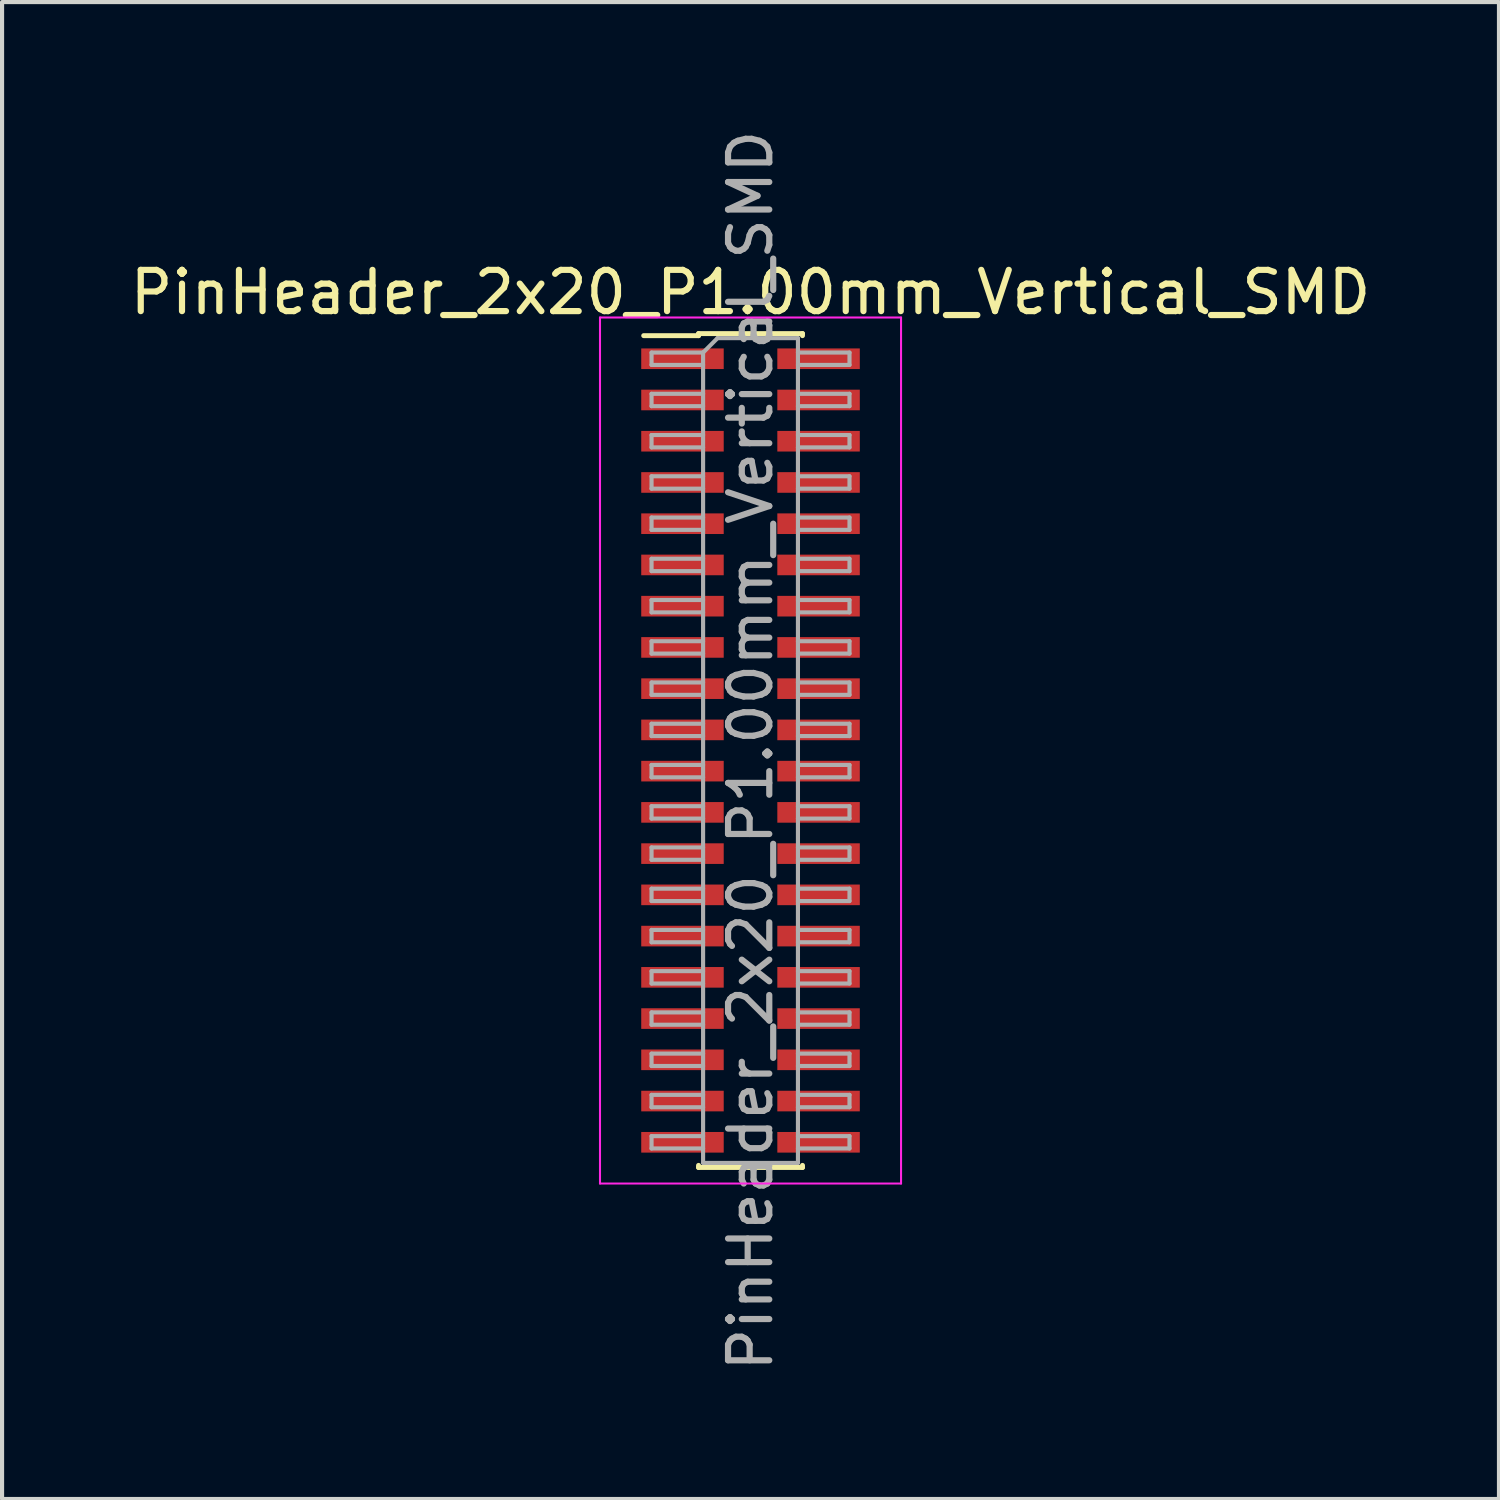
<source format=kicad_pcb>
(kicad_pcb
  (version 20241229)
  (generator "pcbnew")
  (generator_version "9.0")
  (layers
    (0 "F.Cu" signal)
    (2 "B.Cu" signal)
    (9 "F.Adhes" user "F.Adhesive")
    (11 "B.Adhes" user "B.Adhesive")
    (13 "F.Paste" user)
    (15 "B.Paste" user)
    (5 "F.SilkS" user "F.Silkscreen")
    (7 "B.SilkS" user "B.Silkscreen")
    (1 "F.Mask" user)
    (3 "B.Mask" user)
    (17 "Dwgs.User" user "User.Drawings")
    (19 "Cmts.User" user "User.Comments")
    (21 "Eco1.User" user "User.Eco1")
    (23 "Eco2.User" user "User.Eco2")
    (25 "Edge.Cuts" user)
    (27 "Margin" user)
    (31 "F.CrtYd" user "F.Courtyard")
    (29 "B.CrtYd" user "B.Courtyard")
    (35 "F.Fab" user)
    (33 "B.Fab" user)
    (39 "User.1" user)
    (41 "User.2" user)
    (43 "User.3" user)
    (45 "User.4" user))
  (footprint "PinHeader_2x20_P1.00mm_Vertical_SMD"
    (layer "F.Cu")
    (at 15.149 15.149)
    (property "Reference" "PinHeader_2x20_P1.00mm_Vertical_SMD" (at 0 -11.11 0) (layer "F.SilkS") (effects (font (size 1 1) (thickness 0.15))))
    (attr smd)
    (fp_line (start -2.59 -10.06) (end -1.26 -10.06) (stroke (width 0.12) (type solid)) (layer "F.SilkS"))
    (fp_line (start -1.26 -10.11) (end -1.26 -10.06) (stroke (width 0.12) (type solid)) (layer "F.SilkS"))
    (fp_line (start -1.26 -10.11) (end 1.26 -10.11) (stroke (width 0.12) (type solid)) (layer "F.SilkS"))
    (fp_line (start -1.26 10.06) (end -1.26 10.11) (stroke (width 0.12) (type solid)) (layer "F.SilkS"))
    (fp_line (start -1.26 10.11) (end 1.26 10.11) (stroke (width 0.12) (type solid)) (layer "F.SilkS"))
    (fp_line (start 1.26 -10.11) (end 1.26 -10.06) (stroke (width 0.12) (type solid)) (layer "F.SilkS"))
    (fp_line (start 1.26 10.06) (end 1.26 10.11) (stroke (width 0.12) (type solid)) (layer "F.SilkS"))
    (fp_line (start -3.65 -10.5) (end -3.65 10.5) (stroke (width 0.05) (type solid)) (layer "F.CrtYd"))
    (fp_line (start -3.65 10.5) (end 3.65 10.5) (stroke (width 0.05) (type solid)) (layer "F.CrtYd"))
    (fp_line (start 3.65 -10.5) (end -3.65 -10.5) (stroke (width 0.05) (type solid)) (layer "F.CrtYd"))
    (fp_line (start 3.65 10.5) (end 3.65 -10.5) (stroke (width 0.05) (type solid)) (layer "F.CrtYd"))
    (fp_line (start -2.4 -9.65) (end -2.4 -9.35) (stroke (width 0.1) (type solid)) (layer "F.Fab"))
    (fp_line (start -2.4 -9.35) (end -1.15 -9.35) (stroke (width 0.1) (type solid)) (layer "F.Fab"))
    (fp_line (start -2.4 -8.65) (end -2.4 -8.35) (stroke (width 0.1) (type solid)) (layer "F.Fab"))
    (fp_line (start -2.4 -8.35) (end -1.15 -8.35) (stroke (width 0.1) (type solid)) (layer "F.Fab"))
    (fp_line (start -2.4 -7.65) (end -2.4 -7.35) (stroke (width 0.1) (type solid)) (layer "F.Fab"))
    (fp_line (start -2.4 -7.35) (end -1.15 -7.35) (stroke (width 0.1) (type solid)) (layer "F.Fab"))
    (fp_line (start -2.4 -6.65) (end -2.4 -6.35) (stroke (width 0.1) (type solid)) (layer "F.Fab"))
    (fp_line (start -2.4 -6.35) (end -1.15 -6.35) (stroke (width 0.1) (type solid)) (layer "F.Fab"))
    (fp_line (start -2.4 -5.65) (end -2.4 -5.35) (stroke (width 0.1) (type solid)) (layer "F.Fab"))
    (fp_line (start -2.4 -5.35) (end -1.15 -5.35) (stroke (width 0.1) (type solid)) (layer "F.Fab"))
    (fp_line (start -2.4 -4.65) (end -2.4 -4.35) (stroke (width 0.1) (type solid)) (layer "F.Fab"))
    (fp_line (start -2.4 -4.35) (end -1.15 -4.35) (stroke (width 0.1) (type solid)) (layer "F.Fab"))
    (fp_line (start -2.4 -3.65) (end -2.4 -3.35) (stroke (width 0.1) (type solid)) (layer "F.Fab"))
    (fp_line (start -2.4 -3.35) (end -1.15 -3.35) (stroke (width 0.1) (type solid)) (layer "F.Fab"))
    (fp_line (start -2.4 -2.65) (end -2.4 -2.35) (stroke (width 0.1) (type solid)) (layer "F.Fab"))
    (fp_line (start -2.4 -2.35) (end -1.15 -2.35) (stroke (width 0.1) (type solid)) (layer "F.Fab"))
    (fp_line (start -2.4 -1.65) (end -2.4 -1.35) (stroke (width 0.1) (type solid)) (layer "F.Fab"))
    (fp_line (start -2.4 -1.35) (end -1.15 -1.35) (stroke (width 0.1) (type solid)) (layer "F.Fab"))
    (fp_line (start -2.4 -0.65) (end -2.4 -0.35) (stroke (width 0.1) (type solid)) (layer "F.Fab"))
    (fp_line (start -2.4 -0.35) (end -1.15 -0.35) (stroke (width 0.1) (type solid)) (layer "F.Fab"))
    (fp_line (start -2.4 0.35) (end -2.4 0.65) (stroke (width 0.1) (type solid)) (layer "F.Fab"))
    (fp_line (start -2.4 0.65) (end -1.15 0.65) (stroke (width 0.1) (type solid)) (layer "F.Fab"))
    (fp_line (start -2.4 1.35) (end -2.4 1.65) (stroke (width 0.1) (type solid)) (layer "F.Fab"))
    (fp_line (start -2.4 1.65) (end -1.15 1.65) (stroke (width 0.1) (type solid)) (layer "F.Fab"))
    (fp_line (start -2.4 2.35) (end -2.4 2.65) (stroke (width 0.1) (type solid)) (layer "F.Fab"))
    (fp_line (start -2.4 2.65) (end -1.15 2.65) (stroke (width 0.1) (type solid)) (layer "F.Fab"))
    (fp_line (start -2.4 3.35) (end -2.4 3.65) (stroke (width 0.1) (type solid)) (layer "F.Fab"))
    (fp_line (start -2.4 3.65) (end -1.15 3.65) (stroke (width 0.1) (type solid)) (layer "F.Fab"))
    (fp_line (start -2.4 4.35) (end -2.4 4.65) (stroke (width 0.1) (type solid)) (layer "F.Fab"))
    (fp_line (start -2.4 4.65) (end -1.15 4.65) (stroke (width 0.1) (type solid)) (layer "F.Fab"))
    (fp_line (start -2.4 5.35) (end -2.4 5.65) (stroke (width 0.1) (type solid)) (layer "F.Fab"))
    (fp_line (start -2.4 5.65) (end -1.15 5.65) (stroke (width 0.1) (type solid)) (layer "F.Fab"))
    (fp_line (start -2.4 6.35) (end -2.4 6.65) (stroke (width 0.1) (type solid)) (layer "F.Fab"))
    (fp_line (start -2.4 6.65) (end -1.15 6.65) (stroke (width 0.1) (type solid)) (layer "F.Fab"))
    (fp_line (start -2.4 7.35) (end -2.4 7.65) (stroke (width 0.1) (type solid)) (layer "F.Fab"))
    (fp_line (start -2.4 7.65) (end -1.15 7.65) (stroke (width 0.1) (type solid)) (layer "F.Fab"))
    (fp_line (start -2.4 8.35) (end -2.4 8.65) (stroke (width 0.1) (type solid)) (layer "F.Fab"))
    (fp_line (start -2.4 8.65) (end -1.15 8.65) (stroke (width 0.1) (type solid)) (layer "F.Fab"))
    (fp_line (start -2.4 9.35) (end -2.4 9.65) (stroke (width 0.1) (type solid)) (layer "F.Fab"))
    (fp_line (start -2.4 9.65) (end -1.15 9.65) (stroke (width 0.1) (type solid)) (layer "F.Fab"))
    (fp_line (start -1.15 -9.65) (end -2.4 -9.65) (stroke (width 0.1) (type solid)) (layer "F.Fab"))
    (fp_line (start -1.15 -9.65) (end -0.8 -10) (stroke (width 0.1) (type solid)) (layer "F.Fab"))
    (fp_line (start -1.15 -8.65) (end -2.4 -8.65) (stroke (width 0.1) (type solid)) (layer "F.Fab"))
    (fp_line (start -1.15 -7.65) (end -2.4 -7.65) (stroke (width 0.1) (type solid)) (layer "F.Fab"))
    (fp_line (start -1.15 -6.65) (end -2.4 -6.65) (stroke (width 0.1) (type solid)) (layer "F.Fab"))
    (fp_line (start -1.15 -5.65) (end -2.4 -5.65) (stroke (width 0.1) (type solid)) (layer "F.Fab"))
    (fp_line (start -1.15 -4.65) (end -2.4 -4.65) (stroke (width 0.1) (type solid)) (layer "F.Fab"))
    (fp_line (start -1.15 -3.65) (end -2.4 -3.65) (stroke (width 0.1) (type solid)) (layer "F.Fab"))
    (fp_line (start -1.15 -2.65) (end -2.4 -2.65) (stroke (width 0.1) (type solid)) (layer "F.Fab"))
    (fp_line (start -1.15 -1.65) (end -2.4 -1.65) (stroke (width 0.1) (type solid)) (layer "F.Fab"))
    (fp_line (start -1.15 -0.65) (end -2.4 -0.65) (stroke (width 0.1) (type solid)) (layer "F.Fab"))
    (fp_line (start -1.15 0.35) (end -2.4 0.35) (stroke (width 0.1) (type solid)) (layer "F.Fab"))
    (fp_line (start -1.15 1.35) (end -2.4 1.35) (stroke (width 0.1) (type solid)) (layer "F.Fab"))
    (fp_line (start -1.15 2.35) (end -2.4 2.35) (stroke (width 0.1) (type solid)) (layer "F.Fab"))
    (fp_line (start -1.15 3.35) (end -2.4 3.35) (stroke (width 0.1) (type solid)) (layer "F.Fab"))
    (fp_line (start -1.15 4.35) (end -2.4 4.35) (stroke (width 0.1) (type solid)) (layer "F.Fab"))
    (fp_line (start -1.15 5.35) (end -2.4 5.35) (stroke (width 0.1) (type solid)) (layer "F.Fab"))
    (fp_line (start -1.15 6.35) (end -2.4 6.35) (stroke (width 0.1) (type solid)) (layer "F.Fab"))
    (fp_line (start -1.15 7.35) (end -2.4 7.35) (stroke (width 0.1) (type solid)) (layer "F.Fab"))
    (fp_line (start -1.15 8.35) (end -2.4 8.35) (stroke (width 0.1) (type solid)) (layer "F.Fab"))
    (fp_line (start -1.15 9.35) (end -2.4 9.35) (stroke (width 0.1) (type solid)) (layer "F.Fab"))
    (fp_line (start -1.15 10) (end -1.15 -9.65) (stroke (width 0.1) (type solid)) (layer "F.Fab"))
    (fp_line (start -0.8 -10) (end 1.15 -10) (stroke (width 0.1) (type solid)) (layer "F.Fab"))
    (fp_line (start 1.15 -10) (end 1.15 10) (stroke (width 0.1) (type solid)) (layer "F.Fab"))
    (fp_line (start 1.15 -9.65) (end 2.4 -9.65) (stroke (width 0.1) (type solid)) (layer "F.Fab"))
    (fp_line (start 1.15 -8.65) (end 2.4 -8.65) (stroke (width 0.1) (type solid)) (layer "F.Fab"))
    (fp_line (start 1.15 -7.65) (end 2.4 -7.65) (stroke (width 0.1) (type solid)) (layer "F.Fab"))
    (fp_line (start 1.15 -6.65) (end 2.4 -6.65) (stroke (width 0.1) (type solid)) (layer "F.Fab"))
    (fp_line (start 1.15 -5.65) (end 2.4 -5.65) (stroke (width 0.1) (type solid)) (layer "F.Fab"))
    (fp_line (start 1.15 -4.65) (end 2.4 -4.65) (stroke (width 0.1) (type solid)) (layer "F.Fab"))
    (fp_line (start 1.15 -3.65) (end 2.4 -3.65) (stroke (width 0.1) (type solid)) (layer "F.Fab"))
    (fp_line (start 1.15 -2.65) (end 2.4 -2.65) (stroke (width 0.1) (type solid)) (layer "F.Fab"))
    (fp_line (start 1.15 -1.65) (end 2.4 -1.65) (stroke (width 0.1) (type solid)) (layer "F.Fab"))
    (fp_line (start 1.15 -0.65) (end 2.4 -0.65) (stroke (width 0.1) (type solid)) (layer "F.Fab"))
    (fp_line (start 1.15 0.35) (end 2.4 0.35) (stroke (width 0.1) (type solid)) (layer "F.Fab"))
    (fp_line (start 1.15 1.35) (end 2.4 1.35) (stroke (width 0.1) (type solid)) (layer "F.Fab"))
    (fp_line (start 1.15 2.35) (end 2.4 2.35) (stroke (width 0.1) (type solid)) (layer "F.Fab"))
    (fp_line (start 1.15 3.35) (end 2.4 3.35) (stroke (width 0.1) (type solid)) (layer "F.Fab"))
    (fp_line (start 1.15 4.35) (end 2.4 4.35) (stroke (width 0.1) (type solid)) (layer "F.Fab"))
    (fp_line (start 1.15 5.35) (end 2.4 5.35) (stroke (width 0.1) (type solid)) (layer "F.Fab"))
    (fp_line (start 1.15 6.35) (end 2.4 6.35) (stroke (width 0.1) (type solid)) (layer "F.Fab"))
    (fp_line (start 1.15 7.35) (end 2.4 7.35) (stroke (width 0.1) (type solid)) (layer "F.Fab"))
    (fp_line (start 1.15 8.35) (end 2.4 8.35) (stroke (width 0.1) (type solid)) (layer "F.Fab"))
    (fp_line (start 1.15 9.35) (end 2.4 9.35) (stroke (width 0.1) (type solid)) (layer "F.Fab"))
    (fp_line (start 1.15 10) (end -1.15 10) (stroke (width 0.1) (type solid)) (layer "F.Fab"))
    (fp_line (start 2.4 -9.65) (end 2.4 -9.35) (stroke (width 0.1) (type solid)) (layer "F.Fab"))
    (fp_line (start 2.4 -9.35) (end 1.15 -9.35) (stroke (width 0.1) (type solid)) (layer "F.Fab"))
    (fp_line (start 2.4 -8.65) (end 2.4 -8.35) (stroke (width 0.1) (type solid)) (layer "F.Fab"))
    (fp_line (start 2.4 -8.35) (end 1.15 -8.35) (stroke (width 0.1) (type solid)) (layer "F.Fab"))
    (fp_line (start 2.4 -7.65) (end 2.4 -7.35) (stroke (width 0.1) (type solid)) (layer "F.Fab"))
    (fp_line (start 2.4 -7.35) (end 1.15 -7.35) (stroke (width 0.1) (type solid)) (layer "F.Fab"))
    (fp_line (start 2.4 -6.65) (end 2.4 -6.35) (stroke (width 0.1) (type solid)) (layer "F.Fab"))
    (fp_line (start 2.4 -6.35) (end 1.15 -6.35) (stroke (width 0.1) (type solid)) (layer "F.Fab"))
    (fp_line (start 2.4 -5.65) (end 2.4 -5.35) (stroke (width 0.1) (type solid)) (layer "F.Fab"))
    (fp_line (start 2.4 -5.35) (end 1.15 -5.35) (stroke (width 0.1) (type solid)) (layer "F.Fab"))
    (fp_line (start 2.4 -4.65) (end 2.4 -4.35) (stroke (width 0.1) (type solid)) (layer "F.Fab"))
    (fp_line (start 2.4 -4.35) (end 1.15 -4.35) (stroke (width 0.1) (type solid)) (layer "F.Fab"))
    (fp_line (start 2.4 -3.65) (end 2.4 -3.35) (stroke (width 0.1) (type solid)) (layer "F.Fab"))
    (fp_line (start 2.4 -3.35) (end 1.15 -3.35) (stroke (width 0.1) (type solid)) (layer "F.Fab"))
    (fp_line (start 2.4 -2.65) (end 2.4 -2.35) (stroke (width 0.1) (type solid)) (layer "F.Fab"))
    (fp_line (start 2.4 -2.35) (end 1.15 -2.35) (stroke (width 0.1) (type solid)) (layer "F.Fab"))
    (fp_line (start 2.4 -1.65) (end 2.4 -1.35) (stroke (width 0.1) (type solid)) (layer "F.Fab"))
    (fp_line (start 2.4 -1.35) (end 1.15 -1.35) (stroke (width 0.1) (type solid)) (layer "F.Fab"))
    (fp_line (start 2.4 -0.65) (end 2.4 -0.35) (stroke (width 0.1) (type solid)) (layer "F.Fab"))
    (fp_line (start 2.4 -0.35) (end 1.15 -0.35) (stroke (width 0.1) (type solid)) (layer "F.Fab"))
    (fp_line (start 2.4 0.35) (end 2.4 0.65) (stroke (width 0.1) (type solid)) (layer "F.Fab"))
    (fp_line (start 2.4 0.65) (end 1.15 0.65) (stroke (width 0.1) (type solid)) (layer "F.Fab"))
    (fp_line (start 2.4 1.35) (end 2.4 1.65) (stroke (width 0.1) (type solid)) (layer "F.Fab"))
    (fp_line (start 2.4 1.65) (end 1.15 1.65) (stroke (width 0.1) (type solid)) (layer "F.Fab"))
    (fp_line (start 2.4 2.35) (end 2.4 2.65) (stroke (width 0.1) (type solid)) (layer "F.Fab"))
    (fp_line (start 2.4 2.65) (end 1.15 2.65) (stroke (width 0.1) (type solid)) (layer "F.Fab"))
    (fp_line (start 2.4 3.35) (end 2.4 3.65) (stroke (width 0.1) (type solid)) (layer "F.Fab"))
    (fp_line (start 2.4 3.65) (end 1.15 3.65) (stroke (width 0.1) (type solid)) (layer "F.Fab"))
    (fp_line (start 2.4 4.35) (end 2.4 4.65) (stroke (width 0.1) (type solid)) (layer "F.Fab"))
    (fp_line (start 2.4 4.65) (end 1.15 4.65) (stroke (width 0.1) (type solid)) (layer "F.Fab"))
    (fp_line (start 2.4 5.35) (end 2.4 5.65) (stroke (width 0.1) (type solid)) (layer "F.Fab"))
    (fp_line (start 2.4 5.65) (end 1.15 5.65) (stroke (width 0.1) (type solid)) (layer "F.Fab"))
    (fp_line (start 2.4 6.35) (end 2.4 6.65) (stroke (width 0.1) (type solid)) (layer "F.Fab"))
    (fp_line (start 2.4 6.65) (end 1.15 6.65) (stroke (width 0.1) (type solid)) (layer "F.Fab"))
    (fp_line (start 2.4 7.35) (end 2.4 7.65) (stroke (width 0.1) (type solid)) (layer "F.Fab"))
    (fp_line (start 2.4 7.65) (end 1.15 7.65) (stroke (width 0.1) (type solid)) (layer "F.Fab"))
    (fp_line (start 2.4 8.35) (end 2.4 8.65) (stroke (width 0.1) (type solid)) (layer "F.Fab"))
    (fp_line (start 2.4 8.65) (end 1.15 8.65) (stroke (width 0.1) (type solid)) (layer "F.Fab"))
    (fp_line (start 2.4 9.35) (end 2.4 9.65) (stroke (width 0.1) (type solid)) (layer "F.Fab"))
    (fp_line (start 2.4 9.65) (end 1.15 9.65) (stroke (width 0.1) (type solid)) (layer "F.Fab"))
    (fp_text user "${REFERENCE}" (at 0 0 90) (layer "F.Fab") (effects (font (size 1 1) (thickness 0.15))))
    (pad "1" smd rect (at -1.65 -9.5) (size 2 0.5) (layers "F.Cu" "F.Mask" "F.Paste"))
    (pad "2" smd rect (at 1.65 -9.5) (size 2 0.5) (layers "F.Cu" "F.Mask" "F.Paste"))
    (pad "3" smd rect (at -1.65 -8.5) (size 2 0.5) (layers "F.Cu" "F.Mask" "F.Paste"))
    (pad "4" smd rect (at 1.65 -8.5) (size 2 0.5) (layers "F.Cu" "F.Mask" "F.Paste"))
    (pad "5" smd rect (at -1.65 -7.5) (size 2 0.5) (layers "F.Cu" "F.Mask" "F.Paste"))
    (pad "6" smd rect (at 1.65 -7.5) (size 2 0.5) (layers "F.Cu" "F.Mask" "F.Paste"))
    (pad "7" smd rect (at -1.65 -6.5) (size 2 0.5) (layers "F.Cu" "F.Mask" "F.Paste"))
    (pad "8" smd rect (at 1.65 -6.5) (size 2 0.5) (layers "F.Cu" "F.Mask" "F.Paste"))
    (pad "9" smd rect (at -1.65 -5.5) (size 2 0.5) (layers "F.Cu" "F.Mask" "F.Paste"))
    (pad "10" smd rect (at 1.65 -5.5) (size 2 0.5) (layers "F.Cu" "F.Mask" "F.Paste"))
    (pad "11" smd rect (at -1.65 -4.5) (size 2 0.5) (layers "F.Cu" "F.Mask" "F.Paste"))
    (pad "12" smd rect (at 1.65 -4.5) (size 2 0.5) (layers "F.Cu" "F.Mask" "F.Paste"))
    (pad "13" smd rect (at -1.65 -3.5) (size 2 0.5) (layers "F.Cu" "F.Mask" "F.Paste"))
    (pad "14" smd rect (at 1.65 -3.5) (size 2 0.5) (layers "F.Cu" "F.Mask" "F.Paste"))
    (pad "15" smd rect (at -1.65 -2.5) (size 2 0.5) (layers "F.Cu" "F.Mask" "F.Paste"))
    (pad "16" smd rect (at 1.65 -2.5) (size 2 0.5) (layers "F.Cu" "F.Mask" "F.Paste"))
    (pad "17" smd rect (at -1.65 -1.5) (size 2 0.5) (layers "F.Cu" "F.Mask" "F.Paste"))
    (pad "18" smd rect (at 1.65 -1.5) (size 2 0.5) (layers "F.Cu" "F.Mask" "F.Paste"))
    (pad "19" smd rect (at -1.65 -0.5) (size 2 0.5) (layers "F.Cu" "F.Mask" "F.Paste"))
    (pad "20" smd rect (at 1.65 -0.5) (size 2 0.5) (layers "F.Cu" "F.Mask" "F.Paste"))
    (pad "21" smd rect (at -1.65 0.5) (size 2 0.5) (layers "F.Cu" "F.Mask" "F.Paste"))
    (pad "22" smd rect (at 1.65 0.5) (size 2 0.5) (layers "F.Cu" "F.Mask" "F.Paste"))
    (pad "23" smd rect (at -1.65 1.5) (size 2 0.5) (layers "F.Cu" "F.Mask" "F.Paste"))
    (pad "24" smd rect (at 1.65 1.5) (size 2 0.5) (layers "F.Cu" "F.Mask" "F.Paste"))
    (pad "25" smd rect (at -1.65 2.5) (size 2 0.5) (layers "F.Cu" "F.Mask" "F.Paste"))
    (pad "26" smd rect (at 1.65 2.5) (size 2 0.5) (layers "F.Cu" "F.Mask" "F.Paste"))
    (pad "27" smd rect (at -1.65 3.5) (size 2 0.5) (layers "F.Cu" "F.Mask" "F.Paste"))
    (pad "28" smd rect (at 1.65 3.5) (size 2 0.5) (layers "F.Cu" "F.Mask" "F.Paste"))
    (pad "29" smd rect (at -1.65 4.5) (size 2 0.5) (layers "F.Cu" "F.Mask" "F.Paste"))
    (pad "30" smd rect (at 1.65 4.5) (size 2 0.5) (layers "F.Cu" "F.Mask" "F.Paste"))
    (pad "31" smd rect (at -1.65 5.5) (size 2 0.5) (layers "F.Cu" "F.Mask" "F.Paste"))
    (pad "32" smd rect (at 1.65 5.5) (size 2 0.5) (layers "F.Cu" "F.Mask" "F.Paste"))
    (pad "33" smd rect (at -1.65 6.5) (size 2 0.5) (layers "F.Cu" "F.Mask" "F.Paste"))
    (pad "34" smd rect (at 1.65 6.5) (size 2 0.5) (layers "F.Cu" "F.Mask" "F.Paste"))
    (pad "35" smd rect (at -1.65 7.5) (size 2 0.5) (layers "F.Cu" "F.Mask" "F.Paste"))
    (pad "36" smd rect (at 1.65 7.5) (size 2 0.5) (layers "F.Cu" "F.Mask" "F.Paste"))
    (pad "37" smd rect (at -1.65 8.5) (size 2 0.5) (layers "F.Cu" "F.Mask" "F.Paste"))
    (pad "38" smd rect (at 1.65 8.5) (size 2 0.5) (layers "F.Cu" "F.Mask" "F.Paste"))
    (pad "39" smd rect (at -1.65 9.5) (size 2 0.5) (layers "F.Cu" "F.Mask" "F.Paste"))
    (pad "40" smd rect (at 1.65 9.5) (size 2 0.5) (layers "F.Cu" "F.Mask" "F.Paste")))
  (gr_rect
    (start -3 -3)
    (end 33.298 33.298)
    (stroke (width 0.1) (type default))
    (fill no)
    (layer "Edge.Cuts")))
</source>
